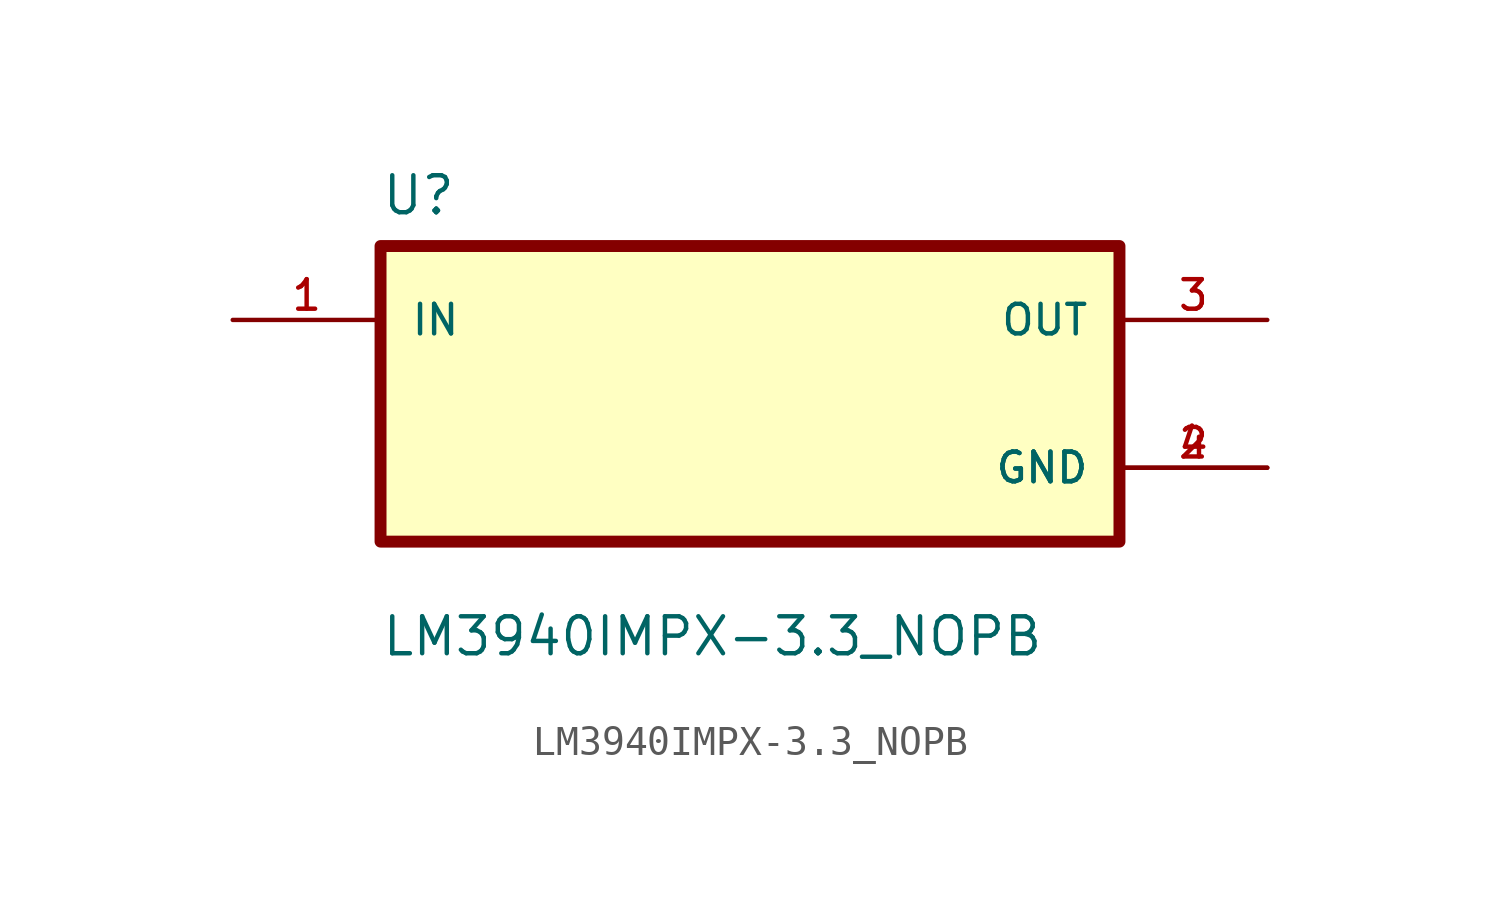
<source format=kicad_sym>
(kicad_symbol_lib
  (version 20211014)
  (generator kicad_symbol_editor)
  (symbol "LM3940IMPX-3.3_NOPB"
    (pin_names
      (offset 1.016))
    (property "Reference" "U"
      (at -12.7 6.08 0.0)
      (effects (font (size 1.27 1.27)) (justify bottom left)))
    (property "Value" "LM3940IMPX-3.3_NOPB"
      (at -12.7 -9.08 0.0)
      (effects (font (size 1.27 1.27)) (justify bottom left)))
    (symbol "LM3940IMPX-3.3_NOPB_0_0"
      (rectangle (start -12.7 -5.08) (end 12.7 5.08) (stroke (width 0.41)) (fill (type background)))
      (pin input line (at -17.78 2.54 0) (length 5.08) (name "IN" (effects (font (size 1.016 1.016)))) (number "1" (effects (font (size 1.016 1.016)))))
      (pin output line (at 17.78 2.54 180.0) (length 5.08) (name "OUT" (effects (font (size 1.016 1.016)))) (number "3" (effects (font (size 1.016 1.016)))))
      (pin power_in line (at 17.78 -2.54 180.0) (length 5.08) (name "GND" (effects (font (size 1.016 1.016)))) (number "2" (effects (font (size 1.016 1.016)))))
      (pin power_in line (at 17.78 -2.54 180.0) (length 5.08) (name "GND" (effects (font (size 1.016 1.016)))) (number "4" (effects (font (size 1.016 1.016))))))))
</source>
